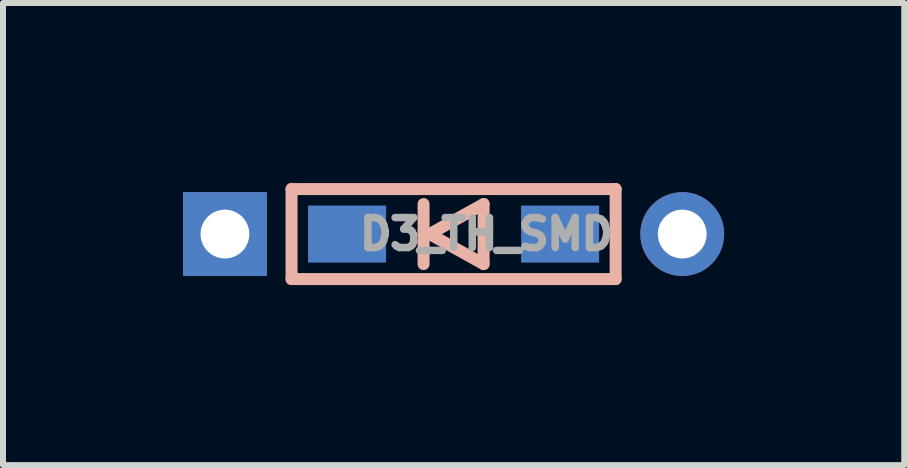
<source format=kicad_pcb>
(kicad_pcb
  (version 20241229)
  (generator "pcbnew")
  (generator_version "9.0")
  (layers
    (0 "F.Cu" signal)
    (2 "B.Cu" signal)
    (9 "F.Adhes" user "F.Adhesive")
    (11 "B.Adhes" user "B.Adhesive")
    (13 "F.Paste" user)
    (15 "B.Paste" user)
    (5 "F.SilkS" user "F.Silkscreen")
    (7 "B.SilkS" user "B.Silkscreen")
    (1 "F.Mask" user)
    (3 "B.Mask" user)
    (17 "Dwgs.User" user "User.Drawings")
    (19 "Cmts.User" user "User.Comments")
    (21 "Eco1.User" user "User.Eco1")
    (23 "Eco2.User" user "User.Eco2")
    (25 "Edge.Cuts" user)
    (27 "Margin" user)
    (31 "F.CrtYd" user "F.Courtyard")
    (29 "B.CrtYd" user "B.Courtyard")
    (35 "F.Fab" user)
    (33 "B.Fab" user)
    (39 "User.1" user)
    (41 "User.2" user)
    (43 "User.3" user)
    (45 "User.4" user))
  (footprint "D3_TH_SMD"
    (layer "F.Cu")
    (at 4.508 0.85)
    (property "Reference" "D3_TH_SMD" (at 0.55 0 0) (layer "F.Fab") (effects (font (size 0.5 0.5) (thickness 0.125))))
    (attr through_hole)
    (fp_line (start -2.7 -0.75) (end -2.7 0.75) (stroke (width 0.2) (type solid)) (layer "B.SilkS"))
    (fp_line (start -2.7 0.75) (end 2.7 0.75) (stroke (width 0.2) (type solid)) (layer "B.SilkS"))
    (fp_line (start -0.5 -0.5) (end -0.5 0.5) (stroke (width 0.2) (type solid)) (layer "B.SilkS"))
    (fp_line (start -0.4 0) (end 0.5 -0.5) (stroke (width 0.2) (type solid)) (layer "B.SilkS"))
    (fp_line (start 0.5 -0.5) (end 0.5 0.5) (stroke (width 0.2) (type solid)) (layer "B.SilkS"))
    (fp_line (start 0.5 0.5) (end -0.4 0) (stroke (width 0.2) (type solid)) (layer "B.SilkS"))
    (fp_line (start 2.7 -0.75) (end -2.7 -0.75) (stroke (width 0.2) (type solid)) (layer "B.SilkS"))
    (fp_line (start 2.7 0.75) (end 2.7 -0.75) (stroke (width 0.2) (type solid)) (layer "B.SilkS"))
    (pad "1" thru_hole rect (at -3.81 0) (size 1.397 1.397) (drill 0.813) (layers "*.Cu" "*.Mask"))
    (pad "1" smd rect (at -1.775 0) (size 1.3 0.95) (layers "B.Cu" "B.Mask" "B.Paste"))
    (pad "2" smd rect (at 1.775 0) (size 1.3 0.95) (layers "B.Cu" "B.Mask" "B.Paste"))
    (pad "2" thru_hole circle (at 3.81 0) (size 1.397 1.397) (drill 0.813) (layers "*.Cu" "*.Mask")))
  (gr_rect
    (start -3 -3)
    (end 12.017 4.7)
    (stroke (width 0.1) (type default))
    (fill no)
    (layer "Edge.Cuts")))
</source>
